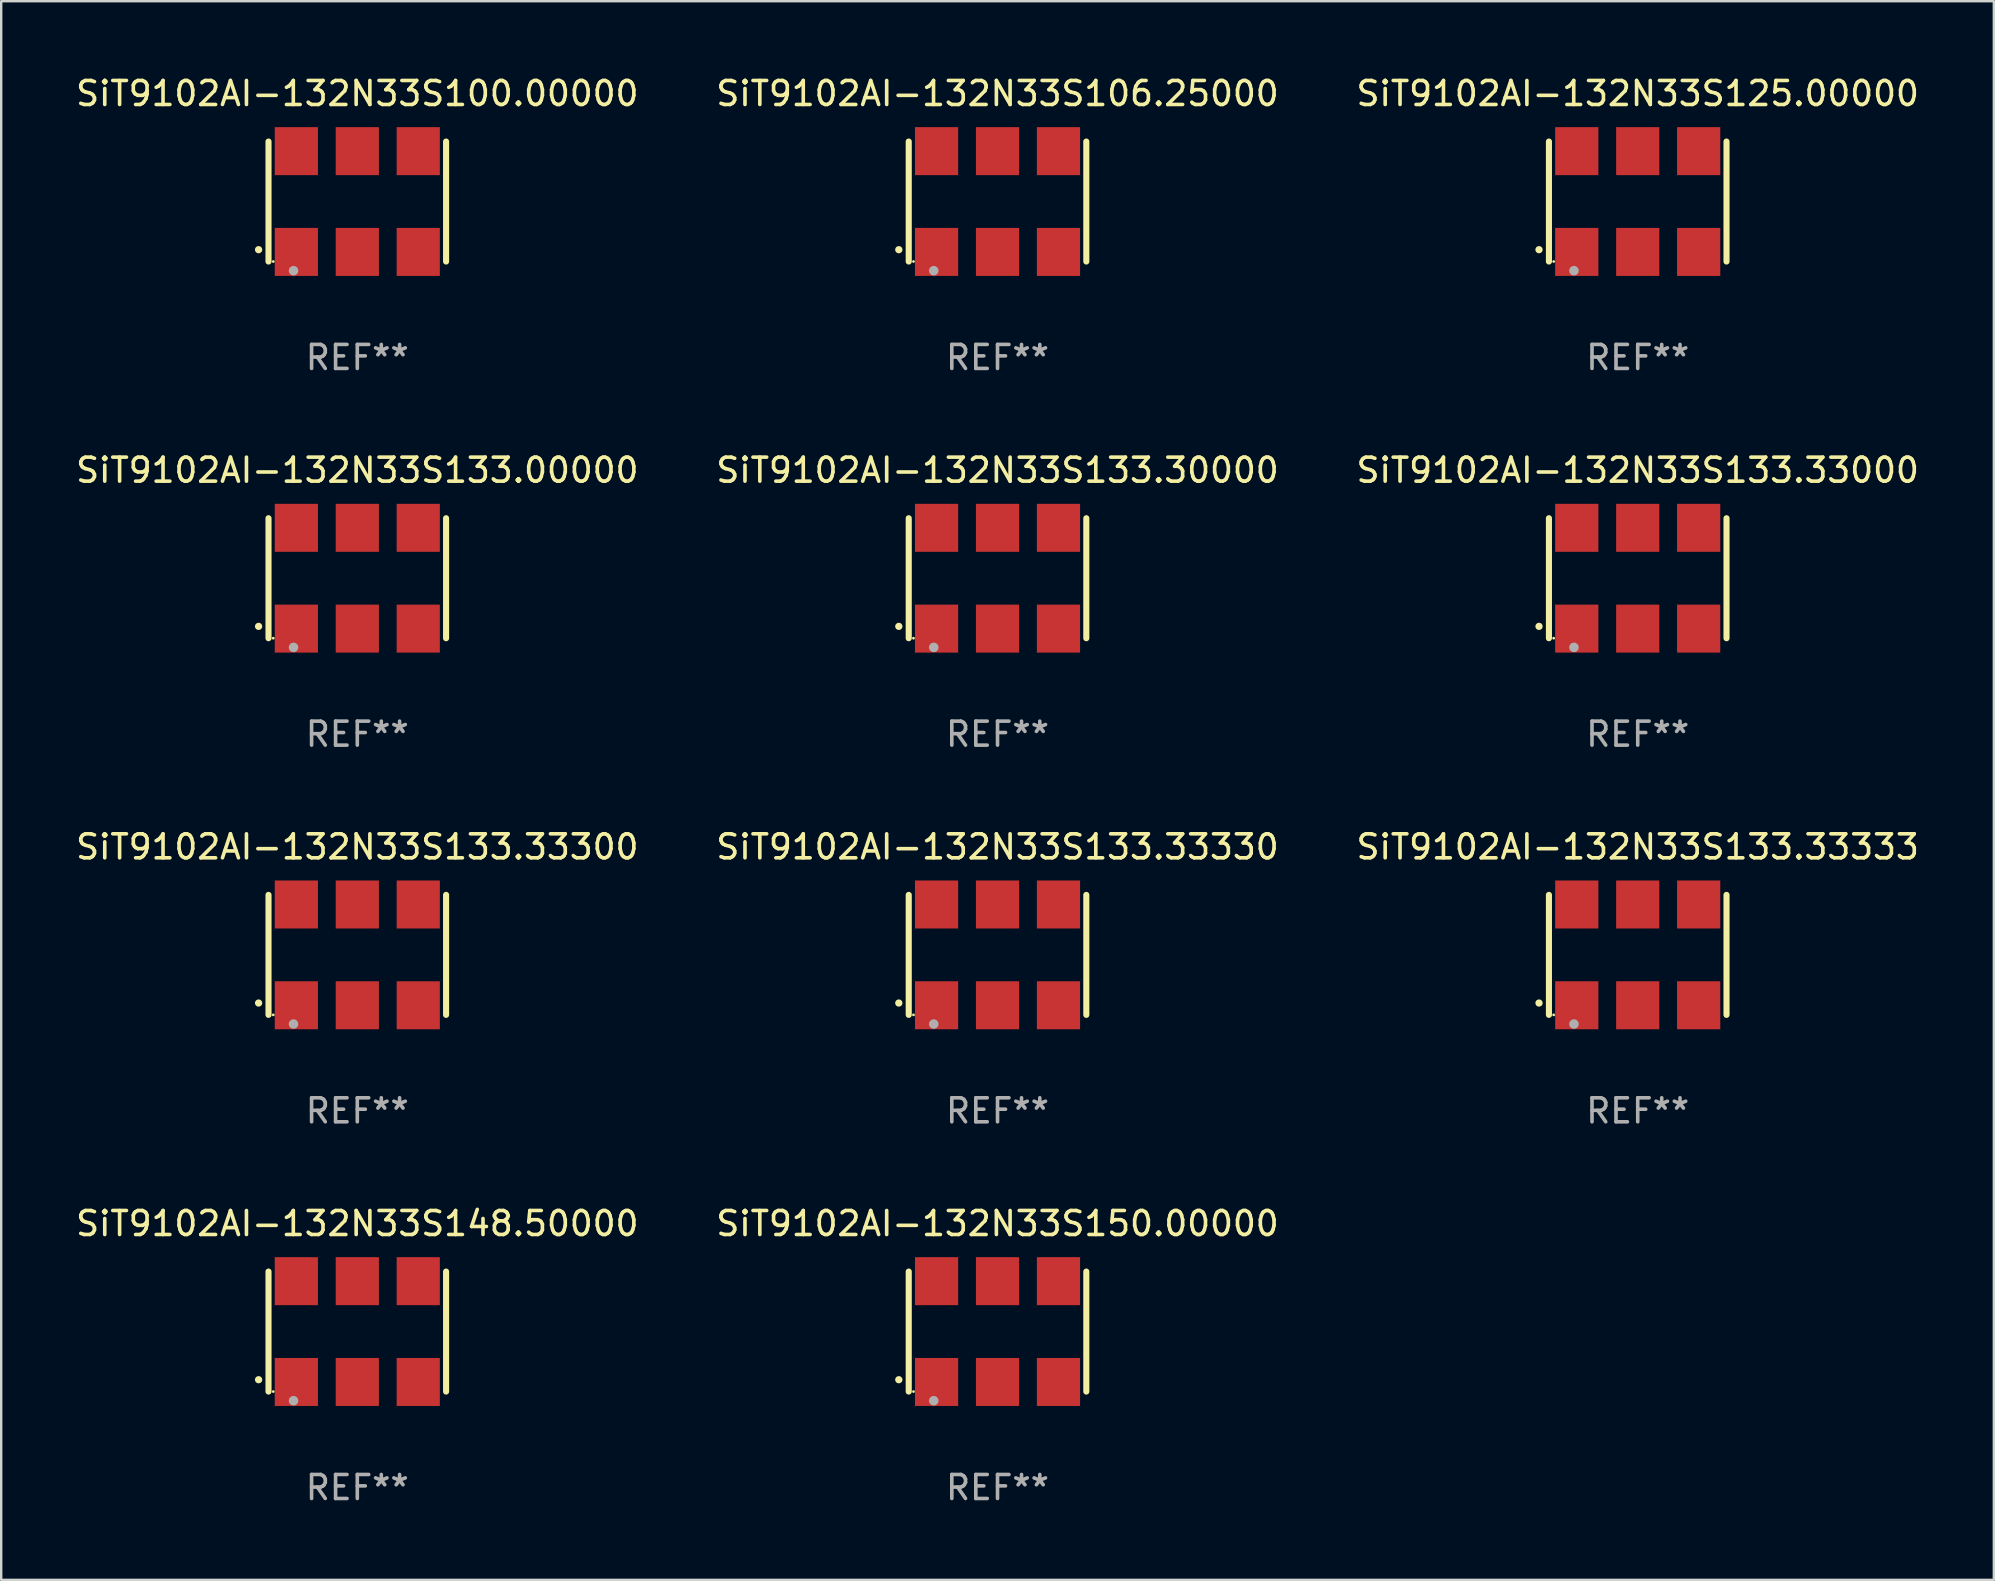
<source format=kicad_pcb>
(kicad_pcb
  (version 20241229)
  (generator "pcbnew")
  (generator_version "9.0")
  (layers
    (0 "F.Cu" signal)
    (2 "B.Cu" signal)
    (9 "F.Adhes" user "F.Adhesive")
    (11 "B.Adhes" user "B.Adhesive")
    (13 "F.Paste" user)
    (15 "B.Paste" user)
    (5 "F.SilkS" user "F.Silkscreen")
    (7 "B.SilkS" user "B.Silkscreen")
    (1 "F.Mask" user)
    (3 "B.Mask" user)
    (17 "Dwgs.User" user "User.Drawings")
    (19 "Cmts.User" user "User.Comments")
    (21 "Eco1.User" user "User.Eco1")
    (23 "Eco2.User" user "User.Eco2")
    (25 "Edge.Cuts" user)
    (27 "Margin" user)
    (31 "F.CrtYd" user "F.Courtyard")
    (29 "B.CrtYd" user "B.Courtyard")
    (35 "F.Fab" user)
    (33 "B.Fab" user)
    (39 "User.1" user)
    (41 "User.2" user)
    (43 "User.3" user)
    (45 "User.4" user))
  (footprint "SiT9102AI-132N33S133.33000"
    (layer "F.Cu")
    (at 65.196 21.045)
    (property "Reference" "SiT9102AI-132N33S133.33000" (at 0 -4.5 0) (layer "F.SilkS") (effects (font (size 1 1) (thickness 0.15))))
    (attr through_hole)
    (fp_line (start -3.7 -2.5) (end -3.7 2.5) (stroke (width 0.254) (type solid)) (layer "F.SilkS"))
    (fp_line (start 3.7 -2.5) (end 3.7 2.5) (stroke (width 0.254) (type solid)) (layer "F.SilkS"))
    (fp_arc (start -4.114415 2.006604) (mid -4.113145 2.006599) (end -4.111875 2.006604) (stroke (width 0.3) (type solid)) (layer "F.SilkS"))
    (fp_circle (center -3.502 2.5) (end -3.472 2.5) (stroke (width 0.06) (type solid)) (fill no) (layer "F.SilkS"))
    (fp_circle (center -2.657 2.882) (end -2.557 2.882) (stroke (width 0.2) (type solid)) (fill no) (layer "F.Fab"))
    (fp_text user "REF**" (at 0 6.5 0) (layer "F.Fab") (effects (font (size 1 1) (thickness 0.15))))
    (pad "1" smd rect (at -2.54 2.1) (size 1.8 2) (layers "F.Cu" "F.Mask" "F.Paste"))
    (pad "2" smd rect (at 0.000394 2.1) (size 1.8 2) (layers "F.Cu" "F.Mask" "F.Paste"))
    (pad "3" smd rect (at 2.54 2.1) (size 1.8 2) (layers "F.Cu" "F.Mask" "F.Paste"))
    (pad "4" smd rect (at 2.54 -2.1) (size 1.8 2) (layers "F.Cu" "F.Mask" "F.Paste"))
    (pad "5" smd rect (at 0.000394 -2.1) (size 1.8 2) (layers "F.Cu" "F.Mask" "F.Paste"))
    (pad "6" smd rect (at -2.54 -2.1) (size 1.8 2) (layers "F.Cu" "F.Mask" "F.Paste")))
  (footprint "SiT9102AI-132N33S133.33333"
    (layer "F.Cu")
    (at 65.196 36.741)
    (property "Reference" "SiT9102AI-132N33S133.33333" (at 0 -4.5 0) (layer "F.SilkS") (effects (font (size 1 1) (thickness 0.15))))
    (attr through_hole)
    (fp_line (start -3.7 -2.5) (end -3.7 2.5) (stroke (width 0.254) (type solid)) (layer "F.SilkS"))
    (fp_line (start 3.7 -2.5) (end 3.7 2.5) (stroke (width 0.254) (type solid)) (layer "F.SilkS"))
    (fp_arc (start -4.114415 2.006604) (mid -4.113145 2.006599) (end -4.111875 2.006604) (stroke (width 0.3) (type solid)) (layer "F.SilkS"))
    (fp_circle (center -3.502 2.5) (end -3.472 2.5) (stroke (width 0.06) (type solid)) (fill no) (layer "F.SilkS"))
    (fp_circle (center -2.657 2.882) (end -2.557 2.882) (stroke (width 0.2) (type solid)) (fill no) (layer "F.Fab"))
    (fp_text user "REF**" (at 0 6.5 0) (layer "F.Fab") (effects (font (size 1 1) (thickness 0.15))))
    (pad "1" smd rect (at -2.54 2.1) (size 1.8 2) (layers "F.Cu" "F.Mask" "F.Paste"))
    (pad "2" smd rect (at 0.000394 2.1) (size 1.8 2) (layers "F.Cu" "F.Mask" "F.Paste"))
    (pad "3" smd rect (at 2.54 2.1) (size 1.8 2) (layers "F.Cu" "F.Mask" "F.Paste"))
    (pad "4" smd rect (at 2.54 -2.1) (size 1.8 2) (layers "F.Cu" "F.Mask" "F.Paste"))
    (pad "5" smd rect (at 0.000394 -2.1) (size 1.8 2) (layers "F.Cu" "F.Mask" "F.Paste"))
    (pad "6" smd rect (at -2.54 -2.1) (size 1.8 2) (layers "F.Cu" "F.Mask" "F.Paste")))
  (footprint "SiT9102AI-132N33S133.30000"
    (layer "F.Cu")
    (at 38.518 21.045)
    (property "Reference" "SiT9102AI-132N33S133.30000" (at 0 -4.5 0) (layer "F.SilkS") (effects (font (size 1 1) (thickness 0.15))))
    (attr through_hole)
    (fp_line (start -3.7 -2.5) (end -3.7 2.5) (stroke (width 0.254) (type solid)) (layer "F.SilkS"))
    (fp_line (start 3.7 -2.5) (end 3.7 2.5) (stroke (width 0.254) (type solid)) (layer "F.SilkS"))
    (fp_arc (start -4.114415 2.006604) (mid -4.113145 2.006599) (end -4.111875 2.006604) (stroke (width 0.3) (type solid)) (layer "F.SilkS"))
    (fp_circle (center -3.502 2.5) (end -3.472 2.5) (stroke (width 0.06) (type solid)) (fill no) (layer "F.SilkS"))
    (fp_circle (center -2.657 2.882) (end -2.557 2.882) (stroke (width 0.2) (type solid)) (fill no) (layer "F.Fab"))
    (fp_text user "REF**" (at 0 6.5 0) (layer "F.Fab") (effects (font (size 1 1) (thickness 0.15))))
    (pad "1" smd rect (at -2.54 2.1) (size 1.8 2) (layers "F.Cu" "F.Mask" "F.Paste"))
    (pad "2" smd rect (at 0.000394 2.1) (size 1.8 2) (layers "F.Cu" "F.Mask" "F.Paste"))
    (pad "3" smd rect (at 2.54 2.1) (size 1.8 2) (layers "F.Cu" "F.Mask" "F.Paste"))
    (pad "4" smd rect (at 2.54 -2.1) (size 1.8 2) (layers "F.Cu" "F.Mask" "F.Paste"))
    (pad "5" smd rect (at 0.000394 -2.1) (size 1.8 2) (layers "F.Cu" "F.Mask" "F.Paste"))
    (pad "6" smd rect (at -2.54 -2.1) (size 1.8 2) (layers "F.Cu" "F.Mask" "F.Paste")))
  (footprint "SiT9102AI-132N33S133.33330"
    (layer "F.Cu")
    (at 38.518 36.741)
    (property "Reference" "SiT9102AI-132N33S133.33330" (at 0 -4.5 0) (layer "F.SilkS") (effects (font (size 1 1) (thickness 0.15))))
    (attr through_hole)
    (fp_line (start -3.7 -2.5) (end -3.7 2.5) (stroke (width 0.254) (type solid)) (layer "F.SilkS"))
    (fp_line (start 3.7 -2.5) (end 3.7 2.5) (stroke (width 0.254) (type solid)) (layer "F.SilkS"))
    (fp_arc (start -4.114415 2.006604) (mid -4.113145 2.006599) (end -4.111875 2.006604) (stroke (width 0.3) (type solid)) (layer "F.SilkS"))
    (fp_circle (center -3.502 2.5) (end -3.472 2.5) (stroke (width 0.06) (type solid)) (fill no) (layer "F.SilkS"))
    (fp_circle (center -2.657 2.882) (end -2.557 2.882) (stroke (width 0.2) (type solid)) (fill no) (layer "F.Fab"))
    (fp_text user "REF**" (at 0 6.5 0) (layer "F.Fab") (effects (font (size 1 1) (thickness 0.15))))
    (pad "1" smd rect (at -2.54 2.1) (size 1.8 2) (layers "F.Cu" "F.Mask" "F.Paste"))
    (pad "2" smd rect (at 0.000394 2.1) (size 1.8 2) (layers "F.Cu" "F.Mask" "F.Paste"))
    (pad "3" smd rect (at 2.54 2.1) (size 1.8 2) (layers "F.Cu" "F.Mask" "F.Paste"))
    (pad "4" smd rect (at 2.54 -2.1) (size 1.8 2) (layers "F.Cu" "F.Mask" "F.Paste"))
    (pad "5" smd rect (at 0.000394 -2.1) (size 1.8 2) (layers "F.Cu" "F.Mask" "F.Paste"))
    (pad "6" smd rect (at -2.54 -2.1) (size 1.8 2) (layers "F.Cu" "F.Mask" "F.Paste")))
  (footprint "SiT9102AI-132N33S133.33300"
    (layer "F.Cu")
    (at 11.839 36.741)
    (property "Reference" "SiT9102AI-132N33S133.33300" (at 0 -4.5 0) (layer "F.SilkS") (effects (font (size 1 1) (thickness 0.15))))
    (attr through_hole)
    (fp_line (start -3.7 -2.5) (end -3.7 2.5) (stroke (width 0.254) (type solid)) (layer "F.SilkS"))
    (fp_line (start 3.7 -2.5) (end 3.7 2.5) (stroke (width 0.254) (type solid)) (layer "F.SilkS"))
    (fp_arc (start -4.114415 2.006604) (mid -4.113145 2.006599) (end -4.111875 2.006604) (stroke (width 0.3) (type solid)) (layer "F.SilkS"))
    (fp_circle (center -3.502 2.5) (end -3.472 2.5) (stroke (width 0.06) (type solid)) (fill no) (layer "F.SilkS"))
    (fp_circle (center -2.657 2.882) (end -2.557 2.882) (stroke (width 0.2) (type solid)) (fill no) (layer "F.Fab"))
    (fp_text user "REF**" (at 0 6.5 0) (layer "F.Fab") (effects (font (size 1 1) (thickness 0.15))))
    (pad "1" smd rect (at -2.54 2.1) (size 1.8 2) (layers "F.Cu" "F.Mask" "F.Paste"))
    (pad "2" smd rect (at 0.000394 2.1) (size 1.8 2) (layers "F.Cu" "F.Mask" "F.Paste"))
    (pad "3" smd rect (at 2.54 2.1) (size 1.8 2) (layers "F.Cu" "F.Mask" "F.Paste"))
    (pad "4" smd rect (at 2.54 -2.1) (size 1.8 2) (layers "F.Cu" "F.Mask" "F.Paste"))
    (pad "5" smd rect (at 0.000394 -2.1) (size 1.8 2) (layers "F.Cu" "F.Mask" "F.Paste"))
    (pad "6" smd rect (at -2.54 -2.1) (size 1.8 2) (layers "F.Cu" "F.Mask" "F.Paste")))
  (footprint "SiT9102AI-132N33S150.00000"
    (layer "F.Cu")
    (at 38.518 52.438)
    (property "Reference" "SiT9102AI-132N33S150.00000" (at 0 -4.5 0) (layer "F.SilkS") (effects (font (size 1 1) (thickness 0.15))))
    (attr through_hole)
    (fp_line (start -3.7 -2.5) (end -3.7 2.5) (stroke (width 0.254) (type solid)) (layer "F.SilkS"))
    (fp_line (start 3.7 -2.5) (end 3.7 2.5) (stroke (width 0.254) (type solid)) (layer "F.SilkS"))
    (fp_arc (start -4.114415 2.006604) (mid -4.113145 2.006599) (end -4.111875 2.006604) (stroke (width 0.3) (type solid)) (layer "F.SilkS"))
    (fp_circle (center -3.502 2.5) (end -3.472 2.5) (stroke (width 0.06) (type solid)) (fill no) (layer "F.SilkS"))
    (fp_circle (center -2.657 2.882) (end -2.557 2.882) (stroke (width 0.2) (type solid)) (fill no) (layer "F.Fab"))
    (fp_text user "REF**" (at 0 6.5 0) (layer "F.Fab") (effects (font (size 1 1) (thickness 0.15))))
    (pad "1" smd rect (at -2.54 2.1) (size 1.8 2) (layers "F.Cu" "F.Mask" "F.Paste"))
    (pad "2" smd rect (at 0.000394 2.1) (size 1.8 2) (layers "F.Cu" "F.Mask" "F.Paste"))
    (pad "3" smd rect (at 2.54 2.1) (size 1.8 2) (layers "F.Cu" "F.Mask" "F.Paste"))
    (pad "4" smd rect (at 2.54 -2.1) (size 1.8 2) (layers "F.Cu" "F.Mask" "F.Paste"))
    (pad "5" smd rect (at 0.000394 -2.1) (size 1.8 2) (layers "F.Cu" "F.Mask" "F.Paste"))
    (pad "6" smd rect (at -2.54 -2.1) (size 1.8 2) (layers "F.Cu" "F.Mask" "F.Paste")))
  (footprint "SiT9102AI-132N33S148.50000"
    (layer "F.Cu")
    (at 11.839 52.438)
    (property "Reference" "SiT9102AI-132N33S148.50000" (at 0 -4.5 0) (layer "F.SilkS") (effects (font (size 1 1) (thickness 0.15))))
    (attr through_hole)
    (fp_line (start -3.7 -2.5) (end -3.7 2.5) (stroke (width 0.254) (type solid)) (layer "F.SilkS"))
    (fp_line (start 3.7 -2.5) (end 3.7 2.5) (stroke (width 0.254) (type solid)) (layer "F.SilkS"))
    (fp_arc (start -4.114415 2.006604) (mid -4.113145 2.006599) (end -4.111875 2.006604) (stroke (width 0.3) (type solid)) (layer "F.SilkS"))
    (fp_circle (center -3.502 2.5) (end -3.472 2.5) (stroke (width 0.06) (type solid)) (fill no) (layer "F.SilkS"))
    (fp_circle (center -2.657 2.882) (end -2.557 2.882) (stroke (width 0.2) (type solid)) (fill no) (layer "F.Fab"))
    (fp_text user "REF**" (at 0 6.5 0) (layer "F.Fab") (effects (font (size 1 1) (thickness 0.15))))
    (pad "1" smd rect (at -2.54 2.1) (size 1.8 2) (layers "F.Cu" "F.Mask" "F.Paste"))
    (pad "2" smd rect (at 0.000394 2.1) (size 1.8 2) (layers "F.Cu" "F.Mask" "F.Paste"))
    (pad "3" smd rect (at 2.54 2.1) (size 1.8 2) (layers "F.Cu" "F.Mask" "F.Paste"))
    (pad "4" smd rect (at 2.54 -2.1) (size 1.8 2) (layers "F.Cu" "F.Mask" "F.Paste"))
    (pad "5" smd rect (at 0.000394 -2.1) (size 1.8 2) (layers "F.Cu" "F.Mask" "F.Paste"))
    (pad "6" smd rect (at -2.54 -2.1) (size 1.8 2) (layers "F.Cu" "F.Mask" "F.Paste")))
  (footprint "SiT9102AI-132N33S100.00000"
    (layer "F.Cu")
    (at 11.839 5.348)
    (property "Reference" "SiT9102AI-132N33S100.00000" (at 0 -4.5 0) (layer "F.SilkS") (effects (font (size 1 1) (thickness 0.15))))
    (attr through_hole)
    (fp_line (start -3.7 -2.5) (end -3.7 2.5) (stroke (width 0.254) (type solid)) (layer "F.SilkS"))
    (fp_line (start 3.7 -2.5) (end 3.7 2.5) (stroke (width 0.254) (type solid)) (layer "F.SilkS"))
    (fp_arc (start -4.114415 2.006604) (mid -4.113145 2.006599) (end -4.111875 2.006604) (stroke (width 0.3) (type solid)) (layer "F.SilkS"))
    (fp_circle (center -3.502 2.5) (end -3.472 2.5) (stroke (width 0.06) (type solid)) (fill no) (layer "F.SilkS"))
    (fp_circle (center -2.657 2.882) (end -2.557 2.882) (stroke (width 0.2) (type solid)) (fill no) (layer "F.Fab"))
    (fp_text user "REF**" (at 0 6.5 0) (layer "F.Fab") (effects (font (size 1 1) (thickness 0.15))))
    (pad "1" smd rect (at -2.54 2.1) (size 1.8 2) (layers "F.Cu" "F.Mask" "F.Paste"))
    (pad "2" smd rect (at 0.000394 2.1) (size 1.8 2) (layers "F.Cu" "F.Mask" "F.Paste"))
    (pad "3" smd rect (at 2.54 2.1) (size 1.8 2) (layers "F.Cu" "F.Mask" "F.Paste"))
    (pad "4" smd rect (at 2.54 -2.1) (size 1.8 2) (layers "F.Cu" "F.Mask" "F.Paste"))
    (pad "5" smd rect (at 0.000394 -2.1) (size 1.8 2) (layers "F.Cu" "F.Mask" "F.Paste"))
    (pad "6" smd rect (at -2.54 -2.1) (size 1.8 2) (layers "F.Cu" "F.Mask" "F.Paste")))
  (footprint "SiT9102AI-132N33S125.00000"
    (layer "F.Cu")
    (at 65.196 5.348)
    (property "Reference" "SiT9102AI-132N33S125.00000" (at 0 -4.5 0) (layer "F.SilkS") (effects (font (size 1 1) (thickness 0.15))))
    (attr through_hole)
    (fp_line (start -3.7 -2.5) (end -3.7 2.5) (stroke (width 0.254) (type solid)) (layer "F.SilkS"))
    (fp_line (start 3.7 -2.5) (end 3.7 2.5) (stroke (width 0.254) (type solid)) (layer "F.SilkS"))
    (fp_arc (start -4.114415 2.006604) (mid -4.113145 2.006599) (end -4.111875 2.006604) (stroke (width 0.3) (type solid)) (layer "F.SilkS"))
    (fp_circle (center -3.502 2.5) (end -3.472 2.5) (stroke (width 0.06) (type solid)) (fill no) (layer "F.SilkS"))
    (fp_circle (center -2.657 2.882) (end -2.557 2.882) (stroke (width 0.2) (type solid)) (fill no) (layer "F.Fab"))
    (fp_text user "REF**" (at 0 6.5 0) (layer "F.Fab") (effects (font (size 1 1) (thickness 0.15))))
    (pad "1" smd rect (at -2.54 2.1) (size 1.8 2) (layers "F.Cu" "F.Mask" "F.Paste"))
    (pad "2" smd rect (at 0.000394 2.1) (size 1.8 2) (layers "F.Cu" "F.Mask" "F.Paste"))
    (pad "3" smd rect (at 2.54 2.1) (size 1.8 2) (layers "F.Cu" "F.Mask" "F.Paste"))
    (pad "4" smd rect (at 2.54 -2.1) (size 1.8 2) (layers "F.Cu" "F.Mask" "F.Paste"))
    (pad "5" smd rect (at 0.000394 -2.1) (size 1.8 2) (layers "F.Cu" "F.Mask" "F.Paste"))
    (pad "6" smd rect (at -2.54 -2.1) (size 1.8 2) (layers "F.Cu" "F.Mask" "F.Paste")))
  (footprint "SiT9102AI-132N33S106.25000"
    (layer "F.Cu")
    (at 38.518 5.348)
    (property "Reference" "SiT9102AI-132N33S106.25000" (at 0 -4.5 0) (layer "F.SilkS") (effects (font (size 1 1) (thickness 0.15))))
    (attr through_hole)
    (fp_line (start -3.7 -2.5) (end -3.7 2.5) (stroke (width 0.254) (type solid)) (layer "F.SilkS"))
    (fp_line (start 3.7 -2.5) (end 3.7 2.5) (stroke (width 0.254) (type solid)) (layer "F.SilkS"))
    (fp_arc (start -4.114415 2.006604) (mid -4.113145 2.006599) (end -4.111875 2.006604) (stroke (width 0.3) (type solid)) (layer "F.SilkS"))
    (fp_circle (center -3.502 2.5) (end -3.472 2.5) (stroke (width 0.06) (type solid)) (fill no) (layer "F.SilkS"))
    (fp_circle (center -2.657 2.882) (end -2.557 2.882) (stroke (width 0.2) (type solid)) (fill no) (layer "F.Fab"))
    (fp_text user "REF**" (at 0 6.5 0) (layer "F.Fab") (effects (font (size 1 1) (thickness 0.15))))
    (pad "1" smd rect (at -2.54 2.1) (size 1.8 2) (layers "F.Cu" "F.Mask" "F.Paste"))
    (pad "2" smd rect (at 0.000394 2.1) (size 1.8 2) (layers "F.Cu" "F.Mask" "F.Paste"))
    (pad "3" smd rect (at 2.54 2.1) (size 1.8 2) (layers "F.Cu" "F.Mask" "F.Paste"))
    (pad "4" smd rect (at 2.54 -2.1) (size 1.8 2) (layers "F.Cu" "F.Mask" "F.Paste"))
    (pad "5" smd rect (at 0.000394 -2.1) (size 1.8 2) (layers "F.Cu" "F.Mask" "F.Paste"))
    (pad "6" smd rect (at -2.54 -2.1) (size 1.8 2) (layers "F.Cu" "F.Mask" "F.Paste")))
  (footprint "SiT9102AI-132N33S133.00000"
    (layer "F.Cu")
    (at 11.839 21.045)
    (property "Reference" "SiT9102AI-132N33S133.00000" (at 0 -4.5 0) (layer "F.SilkS") (effects (font (size 1 1) (thickness 0.15))))
    (attr through_hole)
    (fp_line (start -3.7 -2.5) (end -3.7 2.5) (stroke (width 0.254) (type solid)) (layer "F.SilkS"))
    (fp_line (start 3.7 -2.5) (end 3.7 2.5) (stroke (width 0.254) (type solid)) (layer "F.SilkS"))
    (fp_arc (start -4.114415 2.006604) (mid -4.113145 2.006599) (end -4.111875 2.006604) (stroke (width 0.3) (type solid)) (layer "F.SilkS"))
    (fp_circle (center -3.502 2.5) (end -3.472 2.5) (stroke (width 0.06) (type solid)) (fill no) (layer "F.SilkS"))
    (fp_circle (center -2.657 2.882) (end -2.557 2.882) (stroke (width 0.2) (type solid)) (fill no) (layer "F.Fab"))
    (fp_text user "REF**" (at 0 6.5 0) (layer "F.Fab") (effects (font (size 1 1) (thickness 0.15))))
    (pad "1" smd rect (at -2.54 2.1) (size 1.8 2) (layers "F.Cu" "F.Mask" "F.Paste"))
    (pad "2" smd rect (at 0.000394 2.1) (size 1.8 2) (layers "F.Cu" "F.Mask" "F.Paste"))
    (pad "3" smd rect (at 2.54 2.1) (size 1.8 2) (layers "F.Cu" "F.Mask" "F.Paste"))
    (pad "4" smd rect (at 2.54 -2.1) (size 1.8 2) (layers "F.Cu" "F.Mask" "F.Paste"))
    (pad "5" smd rect (at 0.000394 -2.1) (size 1.8 2) (layers "F.Cu" "F.Mask" "F.Paste"))
    (pad "6" smd rect (at -2.54 -2.1) (size 1.8 2) (layers "F.Cu" "F.Mask" "F.Paste")))
  (gr_rect
    (start -3 -3)
    (end 80.036 62.786)
    (stroke (width 0.1) (type default))
    (fill no)
    (layer "Edge.Cuts")))
</source>
